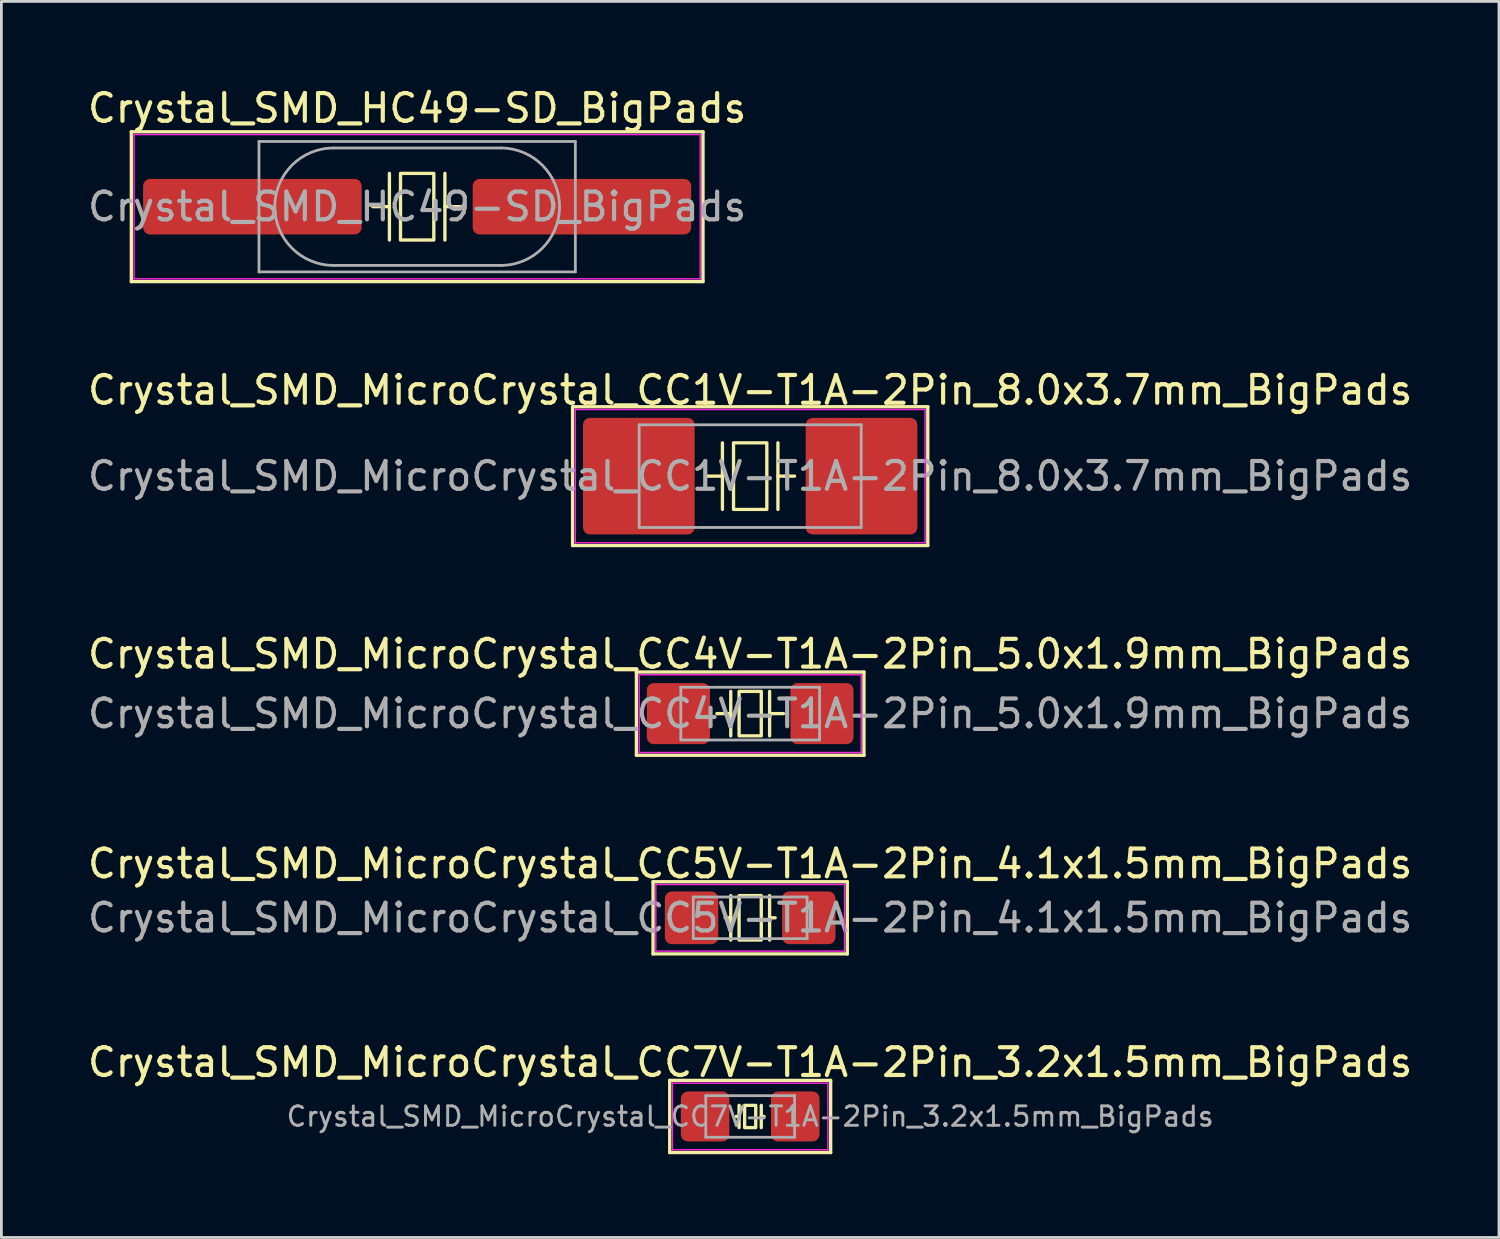
<source format=kicad_pcb>
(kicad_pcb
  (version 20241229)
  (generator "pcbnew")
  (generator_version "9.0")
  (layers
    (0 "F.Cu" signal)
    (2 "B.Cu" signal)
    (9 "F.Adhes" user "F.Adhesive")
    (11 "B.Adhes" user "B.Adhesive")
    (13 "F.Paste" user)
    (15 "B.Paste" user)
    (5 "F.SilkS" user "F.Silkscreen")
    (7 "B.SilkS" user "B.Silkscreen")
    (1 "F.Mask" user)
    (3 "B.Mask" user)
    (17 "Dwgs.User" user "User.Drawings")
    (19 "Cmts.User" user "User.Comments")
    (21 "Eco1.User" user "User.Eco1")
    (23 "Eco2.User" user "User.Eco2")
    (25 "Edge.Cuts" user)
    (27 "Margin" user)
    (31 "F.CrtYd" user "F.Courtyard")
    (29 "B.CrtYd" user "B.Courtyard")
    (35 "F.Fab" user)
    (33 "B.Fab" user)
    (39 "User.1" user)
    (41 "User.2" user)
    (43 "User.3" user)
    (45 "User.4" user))
  (footprint "Crystal_SMD_MicroCrystal_CC4V-T1A-2Pin_5.0x1.9mm_BigPads"
    (layer "F.Cu")
    (at 23.982 22.665)
    (property "Reference" "Crystal_SMD_MicroCrystal_CC4V-T1A-2Pin_5.0x1.9mm_BigPads" (at 0 -2.15 0) (layer "F.SilkS") (effects (font (size 1 1) (thickness 0.15))))
    (attr smd)
    (fp_line (start -4.1 -1.5) (end -4.1 1.5) (stroke (width 0.12) (type solid)) (layer "F.SilkS"))
    (fp_line (start -4.1 1.5) (end 4.1 1.5) (stroke (width 0.12) (type solid)) (layer "F.SilkS"))
    (fp_line (start -0.7 -0.8) (end -0.7 0.8) (stroke (width 0.12) (type solid)) (layer "F.SilkS"))
    (fp_line (start -0.7 0) (end -1.2 0) (stroke (width 0.12) (type solid)) (layer "F.SilkS"))
    (fp_line (start 0.7 -0.8) (end 0.7 0.8) (stroke (width 0.12) (type solid)) (layer "F.SilkS"))
    (fp_line (start 0.7 0) (end 1.2 0) (stroke (width 0.12) (type solid)) (layer "F.SilkS"))
    (fp_line (start 4.1 -1.5) (end -4.1 -1.5) (stroke (width 0.12) (type solid)) (layer "F.SilkS"))
    (fp_line (start 4.1 1.5) (end 4.1 -1.5) (stroke (width 0.12) (type solid)) (layer "F.SilkS"))
    (fp_rect (start -0.4 -0.8) (end 0.4 0.8) (stroke (width 0.12) (type solid)) (fill no) (layer "F.SilkS"))
    (fp_line (start -4 -1.4) (end -4 1.4) (stroke (width 0.05) (type solid)) (layer "F.CrtYd"))
    (fp_line (start -4 1.4) (end 4 1.4) (stroke (width 0.05) (type solid)) (layer "F.CrtYd"))
    (fp_line (start 4 -1.4) (end -4 -1.4) (stroke (width 0.05) (type solid)) (layer "F.CrtYd"))
    (fp_line (start 4 1.4) (end 4 -1.4) (stroke (width 0.05) (type solid)) (layer "F.CrtYd"))
    (fp_line (start -2.5 -0.95) (end -2.5 0.95) (stroke (width 0.1) (type solid)) (layer "F.Fab"))
    (fp_line (start -2.5 0.95) (end 2.5 0.95) (stroke (width 0.1) (type solid)) (layer "F.Fab"))
    (fp_line (start 2.5 -0.95) (end -2.5 -0.95) (stroke (width 0.1) (type solid)) (layer "F.Fab"))
    (fp_line (start 2.5 0.95) (end 2.5 -0.95) (stroke (width 0.1) (type solid)) (layer "F.Fab"))
    (fp_text user "${REFERENCE}" (at 0 0 0) (layer "F.Fab") (effects (font (size 1 1) (thickness 0.15))))
    (pad "1" smd roundrect (at -2.587 0) (size 2.275 2.2) (layers "F.Cu" "F.Mask" "F.Paste") (roundrect_rratio 0.114))
    (pad "2" smd roundrect (at 2.587 0) (size 2.275 2.2) (layers "F.Cu" "F.Mask" "F.Paste") (roundrect_rratio 0.114)))
  (footprint "Crystal_SMD_HC49-SD_BigPads"
    (layer "F.Cu")
    (at 11.982 4.398)
    (property "Reference" "Crystal_SMD_HC49-SD_BigPads" (at 0 -3.55 0) (layer "F.SilkS") (effects (font (size 1 1) (thickness 0.15))))
    (attr smd)
    (fp_line (start -10.3 -2.7) (end -10.3 2.7) (stroke (width 0.12) (type solid)) (layer "F.SilkS"))
    (fp_line (start -10.3 2.7) (end 10.3 2.7) (stroke (width 0.12) (type solid)) (layer "F.SilkS"))
    (fp_line (start -1 -1.2) (end -1 1.2) (stroke (width 0.12) (type solid)) (layer "F.SilkS"))
    (fp_line (start -1 0) (end -1.6 0) (stroke (width 0.12) (type solid)) (layer "F.SilkS"))
    (fp_line (start 1 -1.2) (end 1 1.2) (stroke (width 0.12) (type solid)) (layer "F.SilkS"))
    (fp_line (start 1 0) (end 1.6 0) (stroke (width 0.12) (type solid)) (layer "F.SilkS"))
    (fp_line (start 10.3 -2.7) (end -10.3 -2.7) (stroke (width 0.12) (type solid)) (layer "F.SilkS"))
    (fp_line (start 10.3 2.7) (end 10.3 -2.7) (stroke (width 0.12) (type solid)) (layer "F.SilkS"))
    (fp_rect (start -0.6 -1.2) (end 0.6 1.2) (stroke (width 0.12) (type solid)) (fill no) (layer "F.SilkS"))
    (fp_line (start -10.2 -2.6) (end -10.2 2.6) (stroke (width 0.05) (type solid)) (layer "F.CrtYd"))
    (fp_line (start -10.2 2.6) (end 10.2 2.6) (stroke (width 0.05) (type solid)) (layer "F.CrtYd"))
    (fp_line (start 10.2 -2.6) (end -10.2 -2.6) (stroke (width 0.05) (type solid)) (layer "F.CrtYd"))
    (fp_line (start 10.2 2.6) (end 10.2 -2.6) (stroke (width 0.05) (type solid)) (layer "F.CrtYd"))
    (fp_line (start -5.7 -2.35) (end -5.7 2.35) (stroke (width 0.1) (type solid)) (layer "F.Fab"))
    (fp_line (start -5.7 2.35) (end 5.7 2.35) (stroke (width 0.1) (type solid)) (layer "F.Fab"))
    (fp_line (start -3.015 -2.115) (end 3.015 -2.115) (stroke (width 0.1) (type solid)) (layer "F.Fab"))
    (fp_line (start -3.015 2.115) (end 3.015 2.115) (stroke (width 0.1) (type solid)) (layer "F.Fab"))
    (fp_line (start 5.7 -2.35) (end -5.7 -2.35) (stroke (width 0.1) (type solid)) (layer "F.Fab"))
    (fp_line (start 5.7 2.35) (end 5.7 -2.35) (stroke (width 0.1) (type solid)) (layer "F.Fab"))
    (fp_arc (start -3.015 2.115) (mid -5.13 0) (end -3.015 -2.115) (stroke (width 0.1) (type solid)) (layer "F.Fab"))
    (fp_arc (start 3.015 -2.115) (mid 5.13 0) (end 3.015 2.115) (stroke (width 0.1) (type solid)) (layer "F.Fab"))
    (fp_text user "${REFERENCE}" (at 0 0 0) (layer "F.Fab") (effects (font (size 1 1) (thickness 0.15))))
    (pad "1" smd roundrect (at -5.938 0) (size 7.875 2) (layers "F.Cu" "F.Mask" "F.Paste") (roundrect_rratio 0.125))
    (pad "2" smd roundrect (at 5.938 0) (size 7.875 2) (layers "F.Cu" "F.Mask" "F.Paste") (roundrect_rratio 0.125)))
  (footprint "Crystal_SMD_MicroCrystal_CC1V-T1A-2Pin_8.0x3.7mm_BigPads"
    (layer "F.Cu")
    (at 23.982 14.107)
    (property "Reference" "Crystal_SMD_MicroCrystal_CC1V-T1A-2Pin_8.0x3.7mm_BigPads" (at 0 -3.1 0) (layer "F.SilkS") (effects (font (size 1 1) (thickness 0.15))))
    (attr smd)
    (fp_line (start -6.4 -2.5) (end -6.4 2.5) (stroke (width 0.12) (type solid)) (layer "F.SilkS"))
    (fp_line (start -6.4 2.5) (end 6.4 2.5) (stroke (width 0.12) (type solid)) (layer "F.SilkS"))
    (fp_line (start -1 -1.2) (end -1 1.2) (stroke (width 0.12) (type solid)) (layer "F.SilkS"))
    (fp_line (start -1 0) (end -1.6 0) (stroke (width 0.12) (type solid)) (layer "F.SilkS"))
    (fp_line (start 1 -1.2) (end 1 1.2) (stroke (width 0.12) (type solid)) (layer "F.SilkS"))
    (fp_line (start 1 0) (end 1.6 0) (stroke (width 0.12) (type solid)) (layer "F.SilkS"))
    (fp_line (start 6.4 -2.5) (end -6.4 -2.5) (stroke (width 0.12) (type solid)) (layer "F.SilkS"))
    (fp_line (start 6.4 2.5) (end 6.4 -2.5) (stroke (width 0.12) (type solid)) (layer "F.SilkS"))
    (fp_rect (start -0.6 -1.2) (end 0.6 1.2) (stroke (width 0.12) (type solid)) (fill no) (layer "F.SilkS"))
    (fp_line (start -6.3 -2.4) (end -6.3 2.4) (stroke (width 0.05) (type solid)) (layer "F.CrtYd"))
    (fp_line (start -6.3 2.4) (end 6.3 2.4) (stroke (width 0.05) (type solid)) (layer "F.CrtYd"))
    (fp_line (start 6.3 -2.4) (end -6.3 -2.4) (stroke (width 0.05) (type solid)) (layer "F.CrtYd"))
    (fp_line (start 6.3 2.4) (end 6.3 -2.4) (stroke (width 0.05) (type solid)) (layer "F.CrtYd"))
    (fp_line (start -4 -1.85) (end -4 1.85) (stroke (width 0.1) (type solid)) (layer "F.Fab"))
    (fp_line (start -4 1.85) (end 4 1.85) (stroke (width 0.1) (type solid)) (layer "F.Fab"))
    (fp_line (start 4 -1.85) (end -4 -1.85) (stroke (width 0.1) (type solid)) (layer "F.Fab"))
    (fp_line (start 4 1.85) (end 4 -1.85) (stroke (width 0.1) (type solid)) (layer "F.Fab"))
    (fp_text user "${REFERENCE}" (at 0 0 0) (layer "F.Fab") (effects (font (size 1 1) (thickness 0.15))))
    (pad "1" smd roundrect (at -4.013 0) (size 4.025 4.2) (layers "F.Cu" "F.Mask" "F.Paste") (roundrect_rratio 0.062))
    (pad "2" smd roundrect (at 4.013 0) (size 4.025 4.2) (layers "F.Cu" "F.Mask" "F.Paste") (roundrect_rratio 0.062)))
  (footprint "Crystal_SMD_MicroCrystal_CC7V-T1A-2Pin_3.2x1.5mm_BigPads"
    (layer "F.Cu")
    (at 23.982 37.181)
    (property "Reference" "Crystal_SMD_MicroCrystal_CC7V-T1A-2Pin_3.2x1.5mm_BigPads" (at 0 -1.95 0) (layer "F.SilkS") (effects (font (size 1 1) (thickness 0.15))))
    (attr smd)
    (fp_line (start -2.9 -1.3) (end -2.9 1.3) (stroke (width 0.12) (type solid)) (layer "F.SilkS"))
    (fp_line (start -2.9 1.3) (end 2.9 1.3) (stroke (width 0.12) (type solid)) (layer "F.SilkS"))
    (fp_line (start -0.4 -0.4) (end -0.4 0.4) (stroke (width 0.12) (type solid)) (layer "F.SilkS"))
    (fp_line (start -0.4 0) (end -0.5 0) (stroke (width 0.12) (type solid)) (layer "F.SilkS"))
    (fp_line (start 0.4 -0.4) (end 0.4 0.4) (stroke (width 0.12) (type solid)) (layer "F.SilkS"))
    (fp_line (start 0.4 0) (end 0.5 0) (stroke (width 0.12) (type solid)) (layer "F.SilkS"))
    (fp_line (start 2.9 -1.3) (end -2.9 -1.3) (stroke (width 0.12) (type solid)) (layer "F.SilkS"))
    (fp_line (start 2.9 1.3) (end 2.9 -1.3) (stroke (width 0.12) (type solid)) (layer "F.SilkS"))
    (fp_rect (start -0.2 -0.4) (end 0.2 0.4) (stroke (width 0.12) (type solid)) (fill no) (layer "F.SilkS"))
    (fp_line (start -2.8 -1.2) (end -2.8 1.2) (stroke (width 0.05) (type solid)) (layer "F.CrtYd"))
    (fp_line (start -2.8 1.2) (end 2.8 1.2) (stroke (width 0.05) (type solid)) (layer "F.CrtYd"))
    (fp_line (start 2.8 -1.2) (end -2.8 -1.2) (stroke (width 0.05) (type solid)) (layer "F.CrtYd"))
    (fp_line (start 2.8 1.2) (end 2.8 -1.2) (stroke (width 0.05) (type solid)) (layer "F.CrtYd"))
    (fp_line (start -1.6 -0.75) (end -1.6 0.75) (stroke (width 0.1) (type solid)) (layer "F.Fab"))
    (fp_line (start -1.6 0.75) (end 1.6 0.75) (stroke (width 0.1) (type solid)) (layer "F.Fab"))
    (fp_line (start 1.6 -0.75) (end -1.6 -0.75) (stroke (width 0.1) (type solid)) (layer "F.Fab"))
    (fp_line (start 1.6 0.75) (end 1.6 -0.75) (stroke (width 0.1) (type solid)) (layer "F.Fab"))
    (fp_text user "${REFERENCE}" (at 0 0 0) (layer "F.Fab") (effects (font (size 0.7 0.7) (thickness 0.105))))
    (pad "1" smd roundrect (at -1.625 0) (size 1.75 1.8) (layers "F.Cu" "F.Mask" "F.Paste") (roundrect_rratio 0.143))
    (pad "2" smd roundrect (at 1.625 0) (size 1.75 1.8) (layers "F.Cu" "F.Mask" "F.Paste") (roundrect_rratio 0.143)))
  (footprint "Crystal_SMD_MicroCrystal_CC5V-T1A-2Pin_4.1x1.5mm_BigPads"
    (layer "F.Cu")
    (at 23.982 30.023)
    (property "Reference" "Crystal_SMD_MicroCrystal_CC5V-T1A-2Pin_4.1x1.5mm_BigPads" (at 0 -1.95 0) (layer "F.SilkS") (effects (font (size 1 1) (thickness 0.15))))
    (attr smd)
    (fp_line (start -3.5 -1.3) (end -3.5 1.3) (stroke (width 0.12) (type solid)) (layer "F.SilkS"))
    (fp_line (start -3.5 1.3) (end 3.5 1.3) (stroke (width 0.12) (type solid)) (layer "F.SilkS"))
    (fp_line (start -0.7 -0.8) (end -0.7 0.8) (stroke (width 0.12) (type solid)) (layer "F.SilkS"))
    (fp_line (start -0.7 0) (end -0.9 0) (stroke (width 0.12) (type solid)) (layer "F.SilkS"))
    (fp_line (start 0.7 -0.8) (end 0.7 0.8) (stroke (width 0.12) (type solid)) (layer "F.SilkS"))
    (fp_line (start 0.7 0) (end 0.9 0) (stroke (width 0.12) (type solid)) (layer "F.SilkS"))
    (fp_line (start 3.5 -1.3) (end -3.5 -1.3) (stroke (width 0.12) (type solid)) (layer "F.SilkS"))
    (fp_line (start 3.5 1.3) (end 3.5 -1.3) (stroke (width 0.12) (type solid)) (layer "F.SilkS"))
    (fp_rect (start -0.4 -0.8) (end 0.4 0.8) (stroke (width 0.12) (type solid)) (fill no) (layer "F.SilkS"))
    (fp_line (start -3.4 -1.2) (end -3.4 1.2) (stroke (width 0.05) (type solid)) (layer "F.CrtYd"))
    (fp_line (start -3.4 1.2) (end 3.4 1.2) (stroke (width 0.05) (type solid)) (layer "F.CrtYd"))
    (fp_line (start 3.4 -1.2) (end -3.4 -1.2) (stroke (width 0.05) (type solid)) (layer "F.CrtYd"))
    (fp_line (start 3.4 1.2) (end 3.4 -1.2) (stroke (width 0.05) (type solid)) (layer "F.CrtYd"))
    (fp_line (start -2.05 -0.75) (end -2.05 0.75) (stroke (width 0.1) (type solid)) (layer "F.Fab"))
    (fp_line (start -2.05 0.75) (end 2.05 0.75) (stroke (width 0.1) (type solid)) (layer "F.Fab"))
    (fp_line (start 2.05 -0.75) (end -2.05 -0.75) (stroke (width 0.1) (type solid)) (layer "F.Fab"))
    (fp_line (start 2.05 0.75) (end 2.05 -0.75) (stroke (width 0.1) (type solid)) (layer "F.Fab"))
    (fp_text user "${REFERENCE}" (at 0 0 0) (layer "F.Fab") (effects (font (size 1 1) (thickness 0.15))))
    (pad "1" smd roundrect (at -2.112 0) (size 1.925 1.9) (layers "F.Cu" "F.Mask" "F.Paste") (roundrect_rratio 0.132))
    (pad "2" smd roundrect (at 2.112 0) (size 1.925 1.9) (layers "F.Cu" "F.Mask" "F.Paste") (roundrect_rratio 0.132)))
  (gr_rect
    (start -3 -3)
    (end 50.964 41.541)
    (stroke (width 0.1) (type default))
    (fill no)
    (layer "Edge.Cuts")))
</source>
